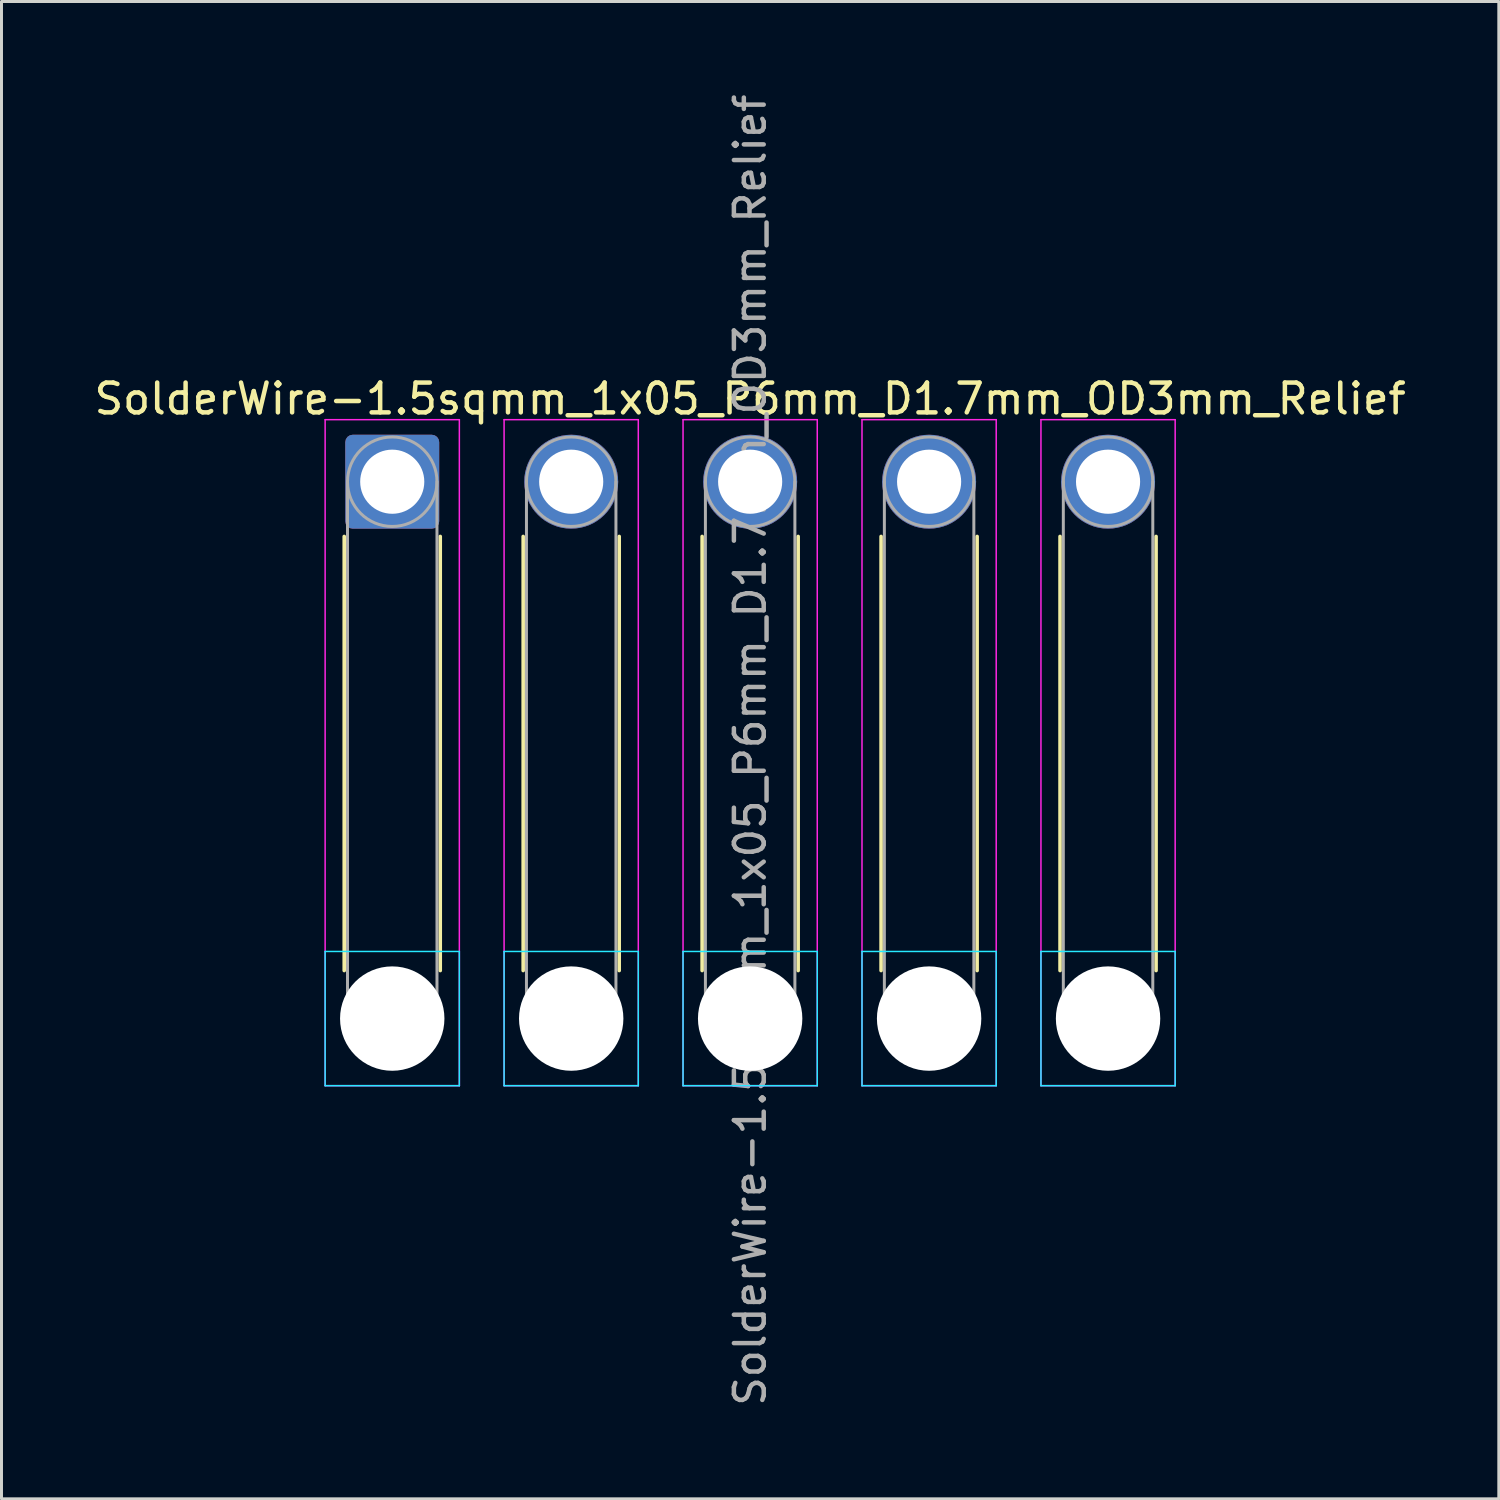
<source format=kicad_pcb>
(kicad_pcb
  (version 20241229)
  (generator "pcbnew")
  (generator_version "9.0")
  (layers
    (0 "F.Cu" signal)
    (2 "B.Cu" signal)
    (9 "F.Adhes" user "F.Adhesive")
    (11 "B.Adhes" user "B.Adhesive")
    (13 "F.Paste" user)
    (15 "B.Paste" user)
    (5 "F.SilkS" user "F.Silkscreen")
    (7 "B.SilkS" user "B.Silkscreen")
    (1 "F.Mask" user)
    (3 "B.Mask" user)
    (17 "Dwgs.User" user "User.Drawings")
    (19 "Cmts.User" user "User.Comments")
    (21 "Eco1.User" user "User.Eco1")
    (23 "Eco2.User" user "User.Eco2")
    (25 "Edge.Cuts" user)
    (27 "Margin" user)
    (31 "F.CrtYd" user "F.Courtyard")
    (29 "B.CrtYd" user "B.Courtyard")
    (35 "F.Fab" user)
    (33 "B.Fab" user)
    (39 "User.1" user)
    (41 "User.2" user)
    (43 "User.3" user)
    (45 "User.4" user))
  (footprint "SolderWire-1.5sqmm_1x05_P6mm_D1.7mm_OD3mm_Relief"
    (layer "F.Cu")
    (at 10.101 13.101)
    (property "Reference" "SolderWire-1.5sqmm_1x05_P6mm_D1.7mm_OD3mm_Relief" (at 12 -2.78 0) (layer "F.SilkS") (effects (font (size 1 1) (thickness 0.15))))
    (attr exclude_from_pos_files exclude_from_bom)
    (fp_line (start -1.61 1.835) (end -1.61 16.39) (stroke (width 0.12) (type solid)) (layer "F.SilkS"))
    (fp_line (start 1.61 1.835) (end 1.61 16.39) (stroke (width 0.12) (type solid)) (layer "F.SilkS"))
    (fp_line (start 4.39 1.835) (end 4.39 16.39) (stroke (width 0.12) (type solid)) (layer "F.SilkS"))
    (fp_line (start 7.61 1.835) (end 7.61 16.39) (stroke (width 0.12) (type solid)) (layer "F.SilkS"))
    (fp_line (start 10.39 1.835) (end 10.39 16.39) (stroke (width 0.12) (type solid)) (layer "F.SilkS"))
    (fp_line (start 13.61 1.835) (end 13.61 16.39) (stroke (width 0.12) (type solid)) (layer "F.SilkS"))
    (fp_line (start 16.39 1.835) (end 16.39 16.39) (stroke (width 0.12) (type solid)) (layer "F.SilkS"))
    (fp_line (start 19.61 1.835) (end 19.61 16.39) (stroke (width 0.12) (type solid)) (layer "F.SilkS"))
    (fp_line (start 22.39 1.835) (end 22.39 16.39) (stroke (width 0.12) (type solid)) (layer "F.SilkS"))
    (fp_line (start 25.61 1.835) (end 25.61 16.39) (stroke (width 0.12) (type solid)) (layer "F.SilkS"))
    (fp_line (start -2.25 15.75) (end -2.25 20.25) (stroke (width 0.05) (type solid)) (layer "B.CrtYd"))
    (fp_line (start -2.25 20.25) (end 2.25 20.25) (stroke (width 0.05) (type solid)) (layer "B.CrtYd"))
    (fp_line (start 2.25 15.75) (end -2.25 15.75) (stroke (width 0.05) (type solid)) (layer "B.CrtYd"))
    (fp_line (start 2.25 20.25) (end 2.25 15.75) (stroke (width 0.05) (type solid)) (layer "B.CrtYd"))
    (fp_line (start 3.75 15.75) (end 3.75 20.25) (stroke (width 0.05) (type solid)) (layer "B.CrtYd"))
    (fp_line (start 3.75 20.25) (end 8.25 20.25) (stroke (width 0.05) (type solid)) (layer "B.CrtYd"))
    (fp_line (start 8.25 15.75) (end 3.75 15.75) (stroke (width 0.05) (type solid)) (layer "B.CrtYd"))
    (fp_line (start 8.25 20.25) (end 8.25 15.75) (stroke (width 0.05) (type solid)) (layer "B.CrtYd"))
    (fp_line (start 9.75 15.75) (end 9.75 20.25) (stroke (width 0.05) (type solid)) (layer "B.CrtYd"))
    (fp_line (start 9.75 20.25) (end 14.25 20.25) (stroke (width 0.05) (type solid)) (layer "B.CrtYd"))
    (fp_line (start 14.25 15.75) (end 9.75 15.75) (stroke (width 0.05) (type solid)) (layer "B.CrtYd"))
    (fp_line (start 14.25 20.25) (end 14.25 15.75) (stroke (width 0.05) (type solid)) (layer "B.CrtYd"))
    (fp_line (start 15.75 15.75) (end 15.75 20.25) (stroke (width 0.05) (type solid)) (layer "B.CrtYd"))
    (fp_line (start 15.75 20.25) (end 20.25 20.25) (stroke (width 0.05) (type solid)) (layer "B.CrtYd"))
    (fp_line (start 20.25 15.75) (end 15.75 15.75) (stroke (width 0.05) (type solid)) (layer "B.CrtYd"))
    (fp_line (start 20.25 20.25) (end 20.25 15.75) (stroke (width 0.05) (type solid)) (layer "B.CrtYd"))
    (fp_line (start 21.75 15.75) (end 21.75 20.25) (stroke (width 0.05) (type solid)) (layer "B.CrtYd"))
    (fp_line (start 21.75 20.25) (end 26.25 20.25) (stroke (width 0.05) (type solid)) (layer "B.CrtYd"))
    (fp_line (start 26.25 15.75) (end 21.75 15.75) (stroke (width 0.05) (type solid)) (layer "B.CrtYd"))
    (fp_line (start 26.25 20.25) (end 26.25 15.75) (stroke (width 0.05) (type solid)) (layer "B.CrtYd"))
    (fp_line (start -2.25 -2.08) (end -2.25 20.25) (stroke (width 0.05) (type solid)) (layer "F.CrtYd"))
    (fp_line (start -2.25 20.25) (end 2.25 20.25) (stroke (width 0.05) (type solid)) (layer "F.CrtYd"))
    (fp_line (start 2.25 -2.08) (end -2.25 -2.08) (stroke (width 0.05) (type solid)) (layer "F.CrtYd"))
    (fp_line (start 2.25 20.25) (end 2.25 -2.08) (stroke (width 0.05) (type solid)) (layer "F.CrtYd"))
    (fp_line (start 3.75 -2.08) (end 3.75 20.25) (stroke (width 0.05) (type solid)) (layer "F.CrtYd"))
    (fp_line (start 3.75 20.25) (end 8.25 20.25) (stroke (width 0.05) (type solid)) (layer "F.CrtYd"))
    (fp_line (start 8.25 -2.08) (end 3.75 -2.08) (stroke (width 0.05) (type solid)) (layer "F.CrtYd"))
    (fp_line (start 8.25 20.25) (end 8.25 -2.08) (stroke (width 0.05) (type solid)) (layer "F.CrtYd"))
    (fp_line (start 9.75 -2.08) (end 9.75 20.25) (stroke (width 0.05) (type solid)) (layer "F.CrtYd"))
    (fp_line (start 9.75 20.25) (end 14.25 20.25) (stroke (width 0.05) (type solid)) (layer "F.CrtYd"))
    (fp_line (start 14.25 -2.08) (end 9.75 -2.08) (stroke (width 0.05) (type solid)) (layer "F.CrtYd"))
    (fp_line (start 14.25 20.25) (end 14.25 -2.08) (stroke (width 0.05) (type solid)) (layer "F.CrtYd"))
    (fp_line (start 15.75 -2.08) (end 15.75 20.25) (stroke (width 0.05) (type solid)) (layer "F.CrtYd"))
    (fp_line (start 15.75 20.25) (end 20.25 20.25) (stroke (width 0.05) (type solid)) (layer "F.CrtYd"))
    (fp_line (start 20.25 -2.08) (end 15.75 -2.08) (stroke (width 0.05) (type solid)) (layer "F.CrtYd"))
    (fp_line (start 20.25 20.25) (end 20.25 -2.08) (stroke (width 0.05) (type solid)) (layer "F.CrtYd"))
    (fp_line (start 21.75 -2.08) (end 21.75 20.25) (stroke (width 0.05) (type solid)) (layer "F.CrtYd"))
    (fp_line (start 21.75 20.25) (end 26.25 20.25) (stroke (width 0.05) (type solid)) (layer "F.CrtYd"))
    (fp_line (start 26.25 -2.08) (end 21.75 -2.08) (stroke (width 0.05) (type solid)) (layer "F.CrtYd"))
    (fp_line (start 26.25 20.25) (end 26.25 -2.08) (stroke (width 0.05) (type solid)) (layer "F.CrtYd"))
    (fp_line (start -1.5 0) (end -1.5 18) (stroke (width 0.1) (type solid)) (layer "F.Fab"))
    (fp_line (start 1.5 0) (end 1.5 18) (stroke (width 0.1) (type solid)) (layer "F.Fab"))
    (fp_line (start 4.5 0) (end 4.5 18) (stroke (width 0.1) (type solid)) (layer "F.Fab"))
    (fp_line (start 7.5 0) (end 7.5 18) (stroke (width 0.1) (type solid)) (layer "F.Fab"))
    (fp_line (start 10.5 0) (end 10.5 18) (stroke (width 0.1) (type solid)) (layer "F.Fab"))
    (fp_line (start 13.5 0) (end 13.5 18) (stroke (width 0.1) (type solid)) (layer "F.Fab"))
    (fp_line (start 16.5 0) (end 16.5 18) (stroke (width 0.1) (type solid)) (layer "F.Fab"))
    (fp_line (start 19.5 0) (end 19.5 18) (stroke (width 0.1) (type solid)) (layer "F.Fab"))
    (fp_line (start 22.5 0) (end 22.5 18) (stroke (width 0.1) (type solid)) (layer "F.Fab"))
    (fp_line (start 25.5 0) (end 25.5 18) (stroke (width 0.1) (type solid)) (layer "F.Fab"))
    (fp_circle (center 0 0) (end 1.5 0) (stroke (width 0.1) (type solid)) (fill no) (layer "F.Fab"))
    (fp_circle (center 0 18) (end 1.5 18) (stroke (width 0.1) (type solid)) (fill no) (layer "F.Fab"))
    (fp_circle (center 6 0) (end 7.5 0) (stroke (width 0.1) (type solid)) (fill no) (layer "F.Fab"))
    (fp_circle (center 6 18) (end 7.5 18) (stroke (width 0.1) (type solid)) (fill no) (layer "F.Fab"))
    (fp_circle (center 12 0) (end 13.5 0) (stroke (width 0.1) (type solid)) (fill no) (layer "F.Fab"))
    (fp_circle (center 12 18) (end 13.5 18) (stroke (width 0.1) (type solid)) (fill no) (layer "F.Fab"))
    (fp_circle (center 18 0) (end 19.5 0) (stroke (width 0.1) (type solid)) (fill no) (layer "F.Fab"))
    (fp_circle (center 18 18) (end 19.5 18) (stroke (width 0.1) (type solid)) (fill no) (layer "F.Fab"))
    (fp_circle (center 24 0) (end 25.5 0) (stroke (width 0.1) (type solid)) (fill no) (layer "F.Fab"))
    (fp_circle (center 24 18) (end 25.5 18) (stroke (width 0.1) (type solid)) (fill no) (layer "F.Fab"))
    (fp_text user "${REFERENCE}" (at 12 9 90) (layer "F.Fab") (effects (font (size 1 1) (thickness 0.15))))
    (pad "" np_thru_hole circle (at 0 18) (size 3.5 3.5) (drill 3.5) (layers "*.Cu" "*.Mask"))
    (pad "" np_thru_hole circle (at 6 18) (size 3.5 3.5) (drill 3.5) (layers "*.Cu" "*.Mask"))
    (pad "" np_thru_hole circle (at 12 18) (size 3.5 3.5) (drill 3.5) (layers "*.Cu" "*.Mask"))
    (pad "" np_thru_hole circle (at 18 18) (size 3.5 3.5) (drill 3.5) (layers "*.Cu" "*.Mask"))
    (pad "" np_thru_hole circle (at 24 18) (size 3.5 3.5) (drill 3.5) (layers "*.Cu" "*.Mask"))
    (pad "1" thru_hole roundrect (at 0 0) (size 3.15 3.15) (drill 2.15) (layers "*.Cu" "*.Mask") (roundrect_rratio 0.079))
    (pad "2" thru_hole circle (at 6 0) (size 3.15 3.15) (drill 2.15) (layers "*.Cu" "*.Mask"))
    (pad "3" thru_hole circle (at 12 0) (size 3.15 3.15) (drill 2.15) (layers "*.Cu" "*.Mask"))
    (pad "4" thru_hole circle (at 18 0) (size 3.15 3.15) (drill 2.15) (layers "*.Cu" "*.Mask"))
    (pad "5" thru_hole circle (at 24 0) (size 3.15 3.15) (drill 2.15) (layers "*.Cu" "*.Mask")))
  (gr_rect
    (start -3 -3)
    (end 47.202 47.202)
    (stroke (width 0.1) (type default))
    (fill no)
    (layer "Edge.Cuts")))
</source>
